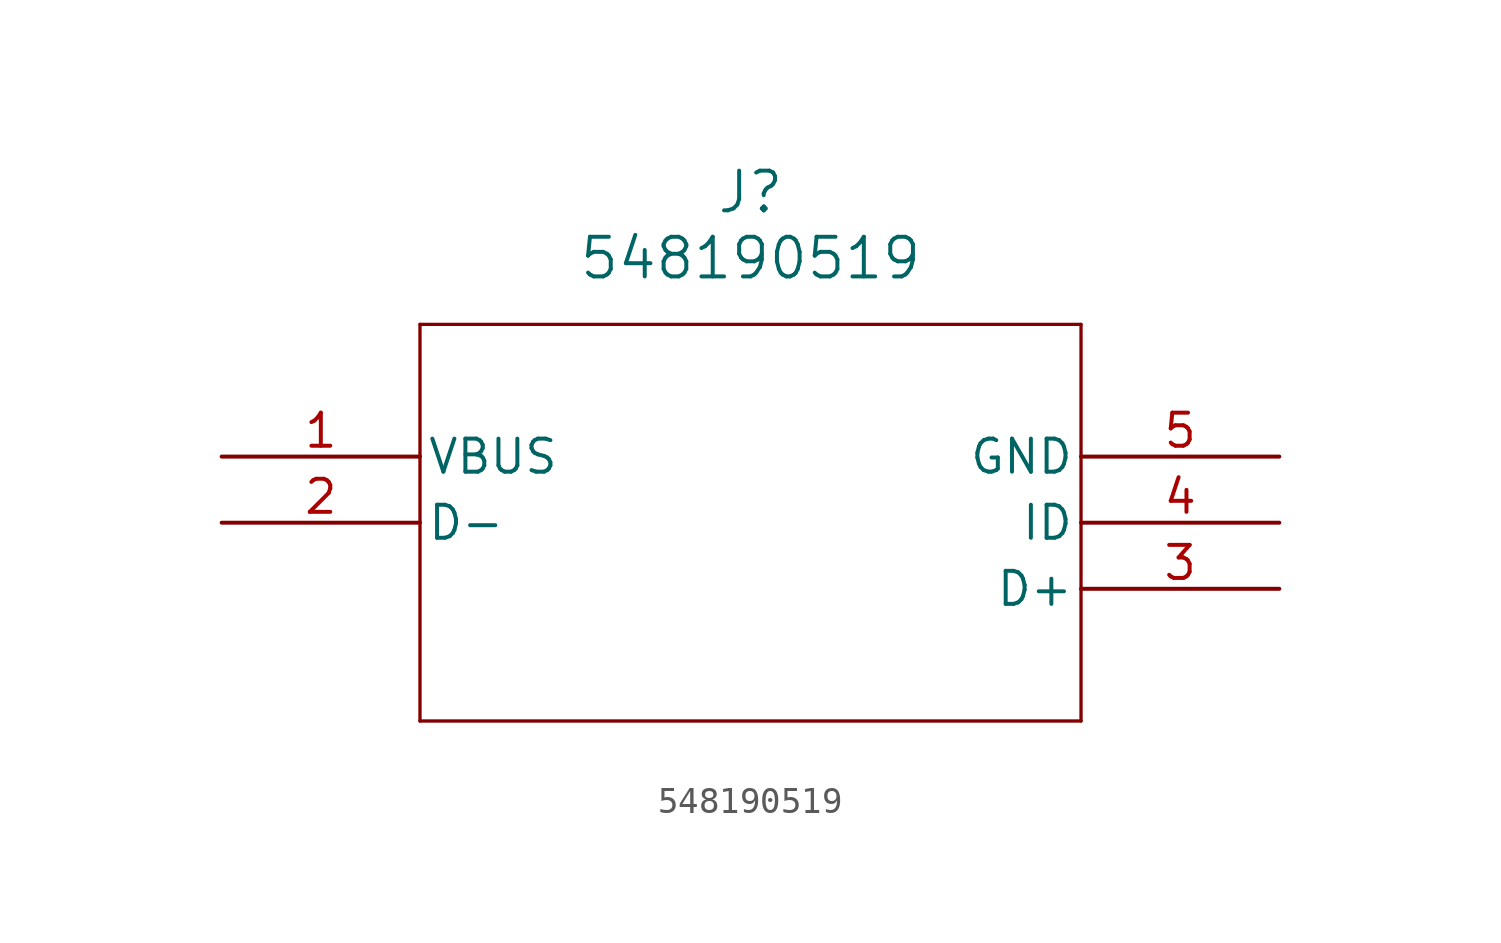
<source format=kicad_sym>
(kicad_symbol_lib
  (version 20211014)
  (generator kicad_symbol_editor)
  (symbol "548190519"
    (pin_names
      (offset 0.254))
    (property "Reference" "J"
      (at 20.32 10.16 0)
      (effects (font (size 1.524 1.524))))
    (property "Value" "548190519"
      (at 20.32 7.62 0)
      (effects (font (size 1.524 1.524))))
    (symbol "548190519_0_1"
      (polyline (pts (xy 7.62 5.08) (xy 7.62 -10.16)) (stroke (width 0.127) (type default) (color 0 0 0 0)) (fill (type none)))
      (polyline (pts (xy 7.62 -10.16) (xy 33.02 -10.16)) (stroke (width 0.127) (type default) (color 0 0 0 0)) (fill (type none)))
      (polyline (pts (xy 33.02 -10.16) (xy 33.02 5.08)) (stroke (width 0.127) (type default) (color 0 0 0 0)) (fill (type none)))
      (polyline (pts (xy 33.02 5.08) (xy 7.62 5.08)) (stroke (width 0.127) (type default) (color 0 0 0 0)) (fill (type none)))
      (pin power_in line (at 0 0 0) (length 7.62) (name "VBUS" (effects (font (size 1.27 1.27)))) (number "1" (effects (font (size 1.27 1.27)))))
      (pin bidirectional line (at 0 -2.54 0) (length 7.62) (name "D-" (effects (font (size 1.27 1.27)))) (number "2" (effects (font (size 1.27 1.27)))))
      (pin bidirectional line (at 40.64 -5.08 180) (length 7.62) (name "D+" (effects (font (size 1.27 1.27)))) (number "3" (effects (font (size 1.27 1.27)))))
      (pin bidirectional line (at 40.64 -2.54 180) (length 7.62) (name "ID" (effects (font (size 1.27 1.27)))) (number "4" (effects (font (size 1.27 1.27)))))
      (pin power_out line (at 40.64 0 180) (length 7.62) (name "GND" (effects (font (size 1.27 1.27)))) (number "5" (effects (font (size 1.27 1.27))))))))
</source>
